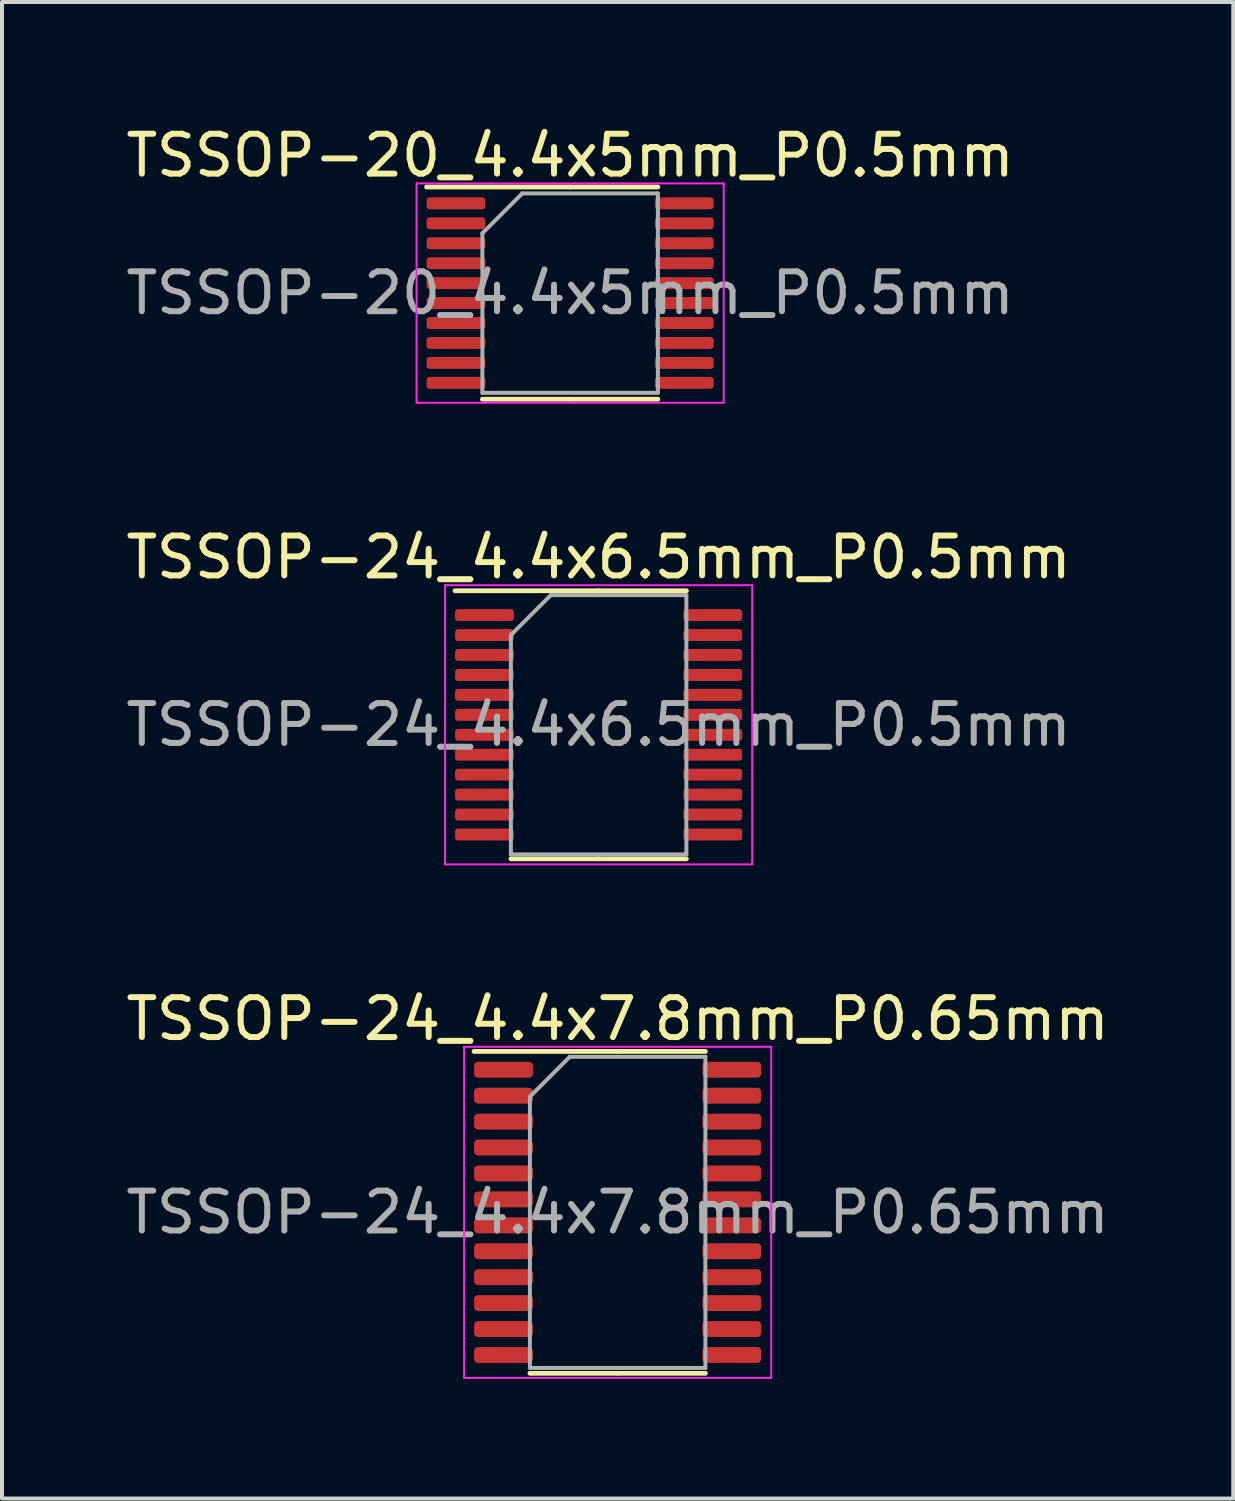
<source format=kicad_pcb>
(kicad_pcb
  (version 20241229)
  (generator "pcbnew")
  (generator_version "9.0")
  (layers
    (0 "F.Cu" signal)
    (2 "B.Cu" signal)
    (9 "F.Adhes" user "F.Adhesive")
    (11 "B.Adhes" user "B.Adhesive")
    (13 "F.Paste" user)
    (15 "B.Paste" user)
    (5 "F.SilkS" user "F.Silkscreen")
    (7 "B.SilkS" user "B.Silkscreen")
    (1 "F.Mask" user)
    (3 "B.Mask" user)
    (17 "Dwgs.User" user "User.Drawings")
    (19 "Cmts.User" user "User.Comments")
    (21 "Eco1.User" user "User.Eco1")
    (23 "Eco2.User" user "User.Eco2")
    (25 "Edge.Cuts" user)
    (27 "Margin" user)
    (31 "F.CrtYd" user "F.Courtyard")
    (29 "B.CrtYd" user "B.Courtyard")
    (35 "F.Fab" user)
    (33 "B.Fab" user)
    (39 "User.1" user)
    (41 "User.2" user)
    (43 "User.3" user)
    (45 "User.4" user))
  (footprint "TSSOP-20_4.4x5mm_P0.5mm"
    (layer "F.Cu")
    (at 11.244 4.298)
    (property "Reference" "TSSOP-20_4.4x5mm_P0.5mm" (at 0 -3.45 0) (layer "F.SilkS") (effects (font (size 1 1) (thickness 0.15))))
    (attr smd)
    (fp_line (start 0 -2.66) (end -3.6 -2.66) (stroke (width 0.12) (type solid)) (layer "F.SilkS"))
    (fp_line (start 0 -2.66) (end 2.2 -2.66) (stroke (width 0.12) (type solid)) (layer "F.SilkS"))
    (fp_line (start 0 2.66) (end -2.2 2.66) (stroke (width 0.12) (type solid)) (layer "F.SilkS"))
    (fp_line (start 0 2.66) (end 2.2 2.66) (stroke (width 0.12) (type solid)) (layer "F.SilkS"))
    (fp_line (start -3.85 -2.75) (end -3.85 2.75) (stroke (width 0.05) (type solid)) (layer "F.CrtYd"))
    (fp_line (start -3.85 2.75) (end 3.85 2.75) (stroke (width 0.05) (type solid)) (layer "F.CrtYd"))
    (fp_line (start 3.85 -2.75) (end -3.85 -2.75) (stroke (width 0.05) (type solid)) (layer "F.CrtYd"))
    (fp_line (start 3.85 2.75) (end 3.85 -2.75) (stroke (width 0.05) (type solid)) (layer "F.CrtYd"))
    (fp_line (start -2.2 -1.5) (end -1.2 -2.5) (stroke (width 0.1) (type solid)) (layer "F.Fab"))
    (fp_line (start -2.2 2.5) (end -2.2 -1.5) (stroke (width 0.1) (type solid)) (layer "F.Fab"))
    (fp_line (start -1.2 -2.5) (end 2.2 -2.5) (stroke (width 0.1) (type solid)) (layer "F.Fab"))
    (fp_line (start 2.2 -2.5) (end 2.2 2.5) (stroke (width 0.1) (type solid)) (layer "F.Fab"))
    (fp_line (start 2.2 2.5) (end -2.2 2.5) (stroke (width 0.1) (type solid)) (layer "F.Fab"))
    (fp_text user "${REFERENCE}" (at 0 0 0) (layer "F.Fab") (effects (font (size 1 1) (thickness 0.15))))
    (pad "1" smd roundrect (at -2.862 -2.25) (size 1.475 0.3) (layers "F.Cu" "F.Mask" "F.Paste") (roundrect_rratio 0.25))
    (pad "2" smd roundrect (at -2.862 -1.75) (size 1.475 0.3) (layers "F.Cu" "F.Mask" "F.Paste") (roundrect_rratio 0.25))
    (pad "3" smd roundrect (at -2.862 -1.25) (size 1.475 0.3) (layers "F.Cu" "F.Mask" "F.Paste") (roundrect_rratio 0.25))
    (pad "4" smd roundrect (at -2.862 -0.75) (size 1.475 0.3) (layers "F.Cu" "F.Mask" "F.Paste") (roundrect_rratio 0.25))
    (pad "5" smd roundrect (at -2.862 -0.25) (size 1.475 0.3) (layers "F.Cu" "F.Mask" "F.Paste") (roundrect_rratio 0.25))
    (pad "6" smd roundrect (at -2.862 0.25) (size 1.475 0.3) (layers "F.Cu" "F.Mask" "F.Paste") (roundrect_rratio 0.25))
    (pad "7" smd roundrect (at -2.862 0.75) (size 1.475 0.3) (layers "F.Cu" "F.Mask" "F.Paste") (roundrect_rratio 0.25))
    (pad "8" smd roundrect (at -2.862 1.25) (size 1.475 0.3) (layers "F.Cu" "F.Mask" "F.Paste") (roundrect_rratio 0.25))
    (pad "9" smd roundrect (at -2.862 1.75) (size 1.475 0.3) (layers "F.Cu" "F.Mask" "F.Paste") (roundrect_rratio 0.25))
    (pad "10" smd roundrect (at -2.862 2.25) (size 1.475 0.3) (layers "F.Cu" "F.Mask" "F.Paste") (roundrect_rratio 0.25))
    (pad "11" smd roundrect (at 2.862 2.25) (size 1.475 0.3) (layers "F.Cu" "F.Mask" "F.Paste") (roundrect_rratio 0.25))
    (pad "12" smd roundrect (at 2.862 1.75) (size 1.475 0.3) (layers "F.Cu" "F.Mask" "F.Paste") (roundrect_rratio 0.25))
    (pad "13" smd roundrect (at 2.862 1.25) (size 1.475 0.3) (layers "F.Cu" "F.Mask" "F.Paste") (roundrect_rratio 0.25))
    (pad "14" smd roundrect (at 2.862 0.75) (size 1.475 0.3) (layers "F.Cu" "F.Mask" "F.Paste") (roundrect_rratio 0.25))
    (pad "15" smd roundrect (at 2.862 0.25) (size 1.475 0.3) (layers "F.Cu" "F.Mask" "F.Paste") (roundrect_rratio 0.25))
    (pad "16" smd roundrect (at 2.862 -0.25) (size 1.475 0.3) (layers "F.Cu" "F.Mask" "F.Paste") (roundrect_rratio 0.25))
    (pad "17" smd roundrect (at 2.862 -0.75) (size 1.475 0.3) (layers "F.Cu" "F.Mask" "F.Paste") (roundrect_rratio 0.25))
    (pad "18" smd roundrect (at 2.862 -1.25) (size 1.475 0.3) (layers "F.Cu" "F.Mask" "F.Paste") (roundrect_rratio 0.25))
    (pad "19" smd roundrect (at 2.862 -1.75) (size 1.475 0.3) (layers "F.Cu" "F.Mask" "F.Paste") (roundrect_rratio 0.25))
    (pad "20" smd roundrect (at 2.862 -2.25) (size 1.475 0.3) (layers "F.Cu" "F.Mask" "F.Paste") (roundrect_rratio 0.25)))
  (footprint "TSSOP-24_4.4x7.8mm_P0.65mm"
    (layer "F.Cu")
    (at 12.435 27.345)
    (property "Reference" "TSSOP-24_4.4x7.8mm_P0.65mm" (at 0 -4.85 0) (layer "F.SilkS") (effects (font (size 1 1) (thickness 0.15))))
    (attr smd)
    (fp_line (start 0 -4.035) (end -3.6 -4.035) (stroke (width 0.12) (type solid)) (layer "F.SilkS"))
    (fp_line (start 0 -4.035) (end 2.2 -4.035) (stroke (width 0.12) (type solid)) (layer "F.SilkS"))
    (fp_line (start 0 4.035) (end -2.2 4.035) (stroke (width 0.12) (type solid)) (layer "F.SilkS"))
    (fp_line (start 0 4.035) (end 2.2 4.035) (stroke (width 0.12) (type solid)) (layer "F.SilkS"))
    (fp_line (start -3.85 -4.15) (end -3.85 4.15) (stroke (width 0.05) (type solid)) (layer "F.CrtYd"))
    (fp_line (start -3.85 4.15) (end 3.85 4.15) (stroke (width 0.05) (type solid)) (layer "F.CrtYd"))
    (fp_line (start 3.85 -4.15) (end -3.85 -4.15) (stroke (width 0.05) (type solid)) (layer "F.CrtYd"))
    (fp_line (start 3.85 4.15) (end 3.85 -4.15) (stroke (width 0.05) (type solid)) (layer "F.CrtYd"))
    (fp_line (start -2.2 -2.9) (end -1.2 -3.9) (stroke (width 0.1) (type solid)) (layer "F.Fab"))
    (fp_line (start -2.2 3.9) (end -2.2 -2.9) (stroke (width 0.1) (type solid)) (layer "F.Fab"))
    (fp_line (start -1.2 -3.9) (end 2.2 -3.9) (stroke (width 0.1) (type solid)) (layer "F.Fab"))
    (fp_line (start 2.2 -3.9) (end 2.2 3.9) (stroke (width 0.1) (type solid)) (layer "F.Fab"))
    (fp_line (start 2.2 3.9) (end -2.2 3.9) (stroke (width 0.1) (type solid)) (layer "F.Fab"))
    (fp_text user "${REFERENCE}" (at 0 0 0) (layer "F.Fab") (effects (font (size 1 1) (thickness 0.15))))
    (pad "1" smd roundrect (at -2.862 -3.575) (size 1.475 0.4) (layers "F.Cu" "F.Mask" "F.Paste") (roundrect_rratio 0.25))
    (pad "2" smd roundrect (at -2.862 -2.925) (size 1.475 0.4) (layers "F.Cu" "F.Mask" "F.Paste") (roundrect_rratio 0.25))
    (pad "3" smd roundrect (at -2.862 -2.275) (size 1.475 0.4) (layers "F.Cu" "F.Mask" "F.Paste") (roundrect_rratio 0.25))
    (pad "4" smd roundrect (at -2.862 -1.625) (size 1.475 0.4) (layers "F.Cu" "F.Mask" "F.Paste") (roundrect_rratio 0.25))
    (pad "5" smd roundrect (at -2.862 -0.975) (size 1.475 0.4) (layers "F.Cu" "F.Mask" "F.Paste") (roundrect_rratio 0.25))
    (pad "6" smd roundrect (at -2.862 -0.325) (size 1.475 0.4) (layers "F.Cu" "F.Mask" "F.Paste") (roundrect_rratio 0.25))
    (pad "7" smd roundrect (at -2.862 0.325) (size 1.475 0.4) (layers "F.Cu" "F.Mask" "F.Paste") (roundrect_rratio 0.25))
    (pad "8" smd roundrect (at -2.862 0.975) (size 1.475 0.4) (layers "F.Cu" "F.Mask" "F.Paste") (roundrect_rratio 0.25))
    (pad "9" smd roundrect (at -2.862 1.625) (size 1.475 0.4) (layers "F.Cu" "F.Mask" "F.Paste") (roundrect_rratio 0.25))
    (pad "10" smd roundrect (at -2.862 2.275) (size 1.475 0.4) (layers "F.Cu" "F.Mask" "F.Paste") (roundrect_rratio 0.25))
    (pad "11" smd roundrect (at -2.862 2.925) (size 1.475 0.4) (layers "F.Cu" "F.Mask" "F.Paste") (roundrect_rratio 0.25))
    (pad "12" smd roundrect (at -2.862 3.575) (size 1.475 0.4) (layers "F.Cu" "F.Mask" "F.Paste") (roundrect_rratio 0.25))
    (pad "13" smd roundrect (at 2.862 3.575) (size 1.475 0.4) (layers "F.Cu" "F.Mask" "F.Paste") (roundrect_rratio 0.25))
    (pad "14" smd roundrect (at 2.862 2.925) (size 1.475 0.4) (layers "F.Cu" "F.Mask" "F.Paste") (roundrect_rratio 0.25))
    (pad "15" smd roundrect (at 2.862 2.275) (size 1.475 0.4) (layers "F.Cu" "F.Mask" "F.Paste") (roundrect_rratio 0.25))
    (pad "16" smd roundrect (at 2.862 1.625) (size 1.475 0.4) (layers "F.Cu" "F.Mask" "F.Paste") (roundrect_rratio 0.25))
    (pad "17" smd roundrect (at 2.862 0.975) (size 1.475 0.4) (layers "F.Cu" "F.Mask" "F.Paste") (roundrect_rratio 0.25))
    (pad "18" smd roundrect (at 2.862 0.325) (size 1.475 0.4) (layers "F.Cu" "F.Mask" "F.Paste") (roundrect_rratio 0.25))
    (pad "19" smd roundrect (at 2.862 -0.325) (size 1.475 0.4) (layers "F.Cu" "F.Mask" "F.Paste") (roundrect_rratio 0.25))
    (pad "20" smd roundrect (at 2.862 -0.975) (size 1.475 0.4) (layers "F.Cu" "F.Mask" "F.Paste") (roundrect_rratio 0.25))
    (pad "21" smd roundrect (at 2.862 -1.625) (size 1.475 0.4) (layers "F.Cu" "F.Mask" "F.Paste") (roundrect_rratio 0.25))
    (pad "22" smd roundrect (at 2.862 -2.275) (size 1.475 0.4) (layers "F.Cu" "F.Mask" "F.Paste") (roundrect_rratio 0.25))
    (pad "23" smd roundrect (at 2.862 -2.925) (size 1.475 0.4) (layers "F.Cu" "F.Mask" "F.Paste") (roundrect_rratio 0.25))
    (pad "24" smd roundrect (at 2.862 -3.575) (size 1.475 0.4) (layers "F.Cu" "F.Mask" "F.Paste") (roundrect_rratio 0.25)))
  (footprint "TSSOP-24_4.4x6.5mm_P0.5mm"
    (layer "F.Cu")
    (at 11.958 15.121)
    (property "Reference" "TSSOP-24_4.4x6.5mm_P0.5mm" (at 0 -4.2 0) (layer "F.SilkS") (effects (font (size 1 1) (thickness 0.15))))
    (attr smd)
    (fp_line (start 0 -3.36) (end -3.6 -3.36) (stroke (width 0.12) (type solid)) (layer "F.SilkS"))
    (fp_line (start 0 -3.36) (end 2.2 -3.36) (stroke (width 0.12) (type solid)) (layer "F.SilkS"))
    (fp_line (start 0 3.36) (end -2.2 3.36) (stroke (width 0.12) (type solid)) (layer "F.SilkS"))
    (fp_line (start 0 3.36) (end 2.2 3.36) (stroke (width 0.12) (type solid)) (layer "F.SilkS"))
    (fp_line (start -3.85 -3.5) (end -3.85 3.5) (stroke (width 0.05) (type solid)) (layer "F.CrtYd"))
    (fp_line (start -3.85 3.5) (end 3.85 3.5) (stroke (width 0.05) (type solid)) (layer "F.CrtYd"))
    (fp_line (start 3.85 -3.5) (end -3.85 -3.5) (stroke (width 0.05) (type solid)) (layer "F.CrtYd"))
    (fp_line (start 3.85 3.5) (end 3.85 -3.5) (stroke (width 0.05) (type solid)) (layer "F.CrtYd"))
    (fp_line (start -2.2 -2.25) (end -1.2 -3.25) (stroke (width 0.1) (type solid)) (layer "F.Fab"))
    (fp_line (start -2.2 3.25) (end -2.2 -2.25) (stroke (width 0.1) (type solid)) (layer "F.Fab"))
    (fp_line (start -1.2 -3.25) (end 2.2 -3.25) (stroke (width 0.1) (type solid)) (layer "F.Fab"))
    (fp_line (start 2.2 -3.25) (end 2.2 3.25) (stroke (width 0.1) (type solid)) (layer "F.Fab"))
    (fp_line (start 2.2 3.25) (end -2.2 3.25) (stroke (width 0.1) (type solid)) (layer "F.Fab"))
    (fp_text user "${REFERENCE}" (at 0 0 0) (layer "F.Fab") (effects (font (size 1 1) (thickness 0.15))))
    (pad "1" smd roundrect (at -2.862 -2.75) (size 1.475 0.3) (layers "F.Cu" "F.Mask" "F.Paste") (roundrect_rratio 0.25))
    (pad "2" smd roundrect (at -2.862 -2.25) (size 1.475 0.3) (layers "F.Cu" "F.Mask" "F.Paste") (roundrect_rratio 0.25))
    (pad "3" smd roundrect (at -2.862 -1.75) (size 1.475 0.3) (layers "F.Cu" "F.Mask" "F.Paste") (roundrect_rratio 0.25))
    (pad "4" smd roundrect (at -2.862 -1.25) (size 1.475 0.3) (layers "F.Cu" "F.Mask" "F.Paste") (roundrect_rratio 0.25))
    (pad "5" smd roundrect (at -2.862 -0.75) (size 1.475 0.3) (layers "F.Cu" "F.Mask" "F.Paste") (roundrect_rratio 0.25))
    (pad "6" smd roundrect (at -2.862 -0.25) (size 1.475 0.3) (layers "F.Cu" "F.Mask" "F.Paste") (roundrect_rratio 0.25))
    (pad "7" smd roundrect (at -2.862 0.25) (size 1.475 0.3) (layers "F.Cu" "F.Mask" "F.Paste") (roundrect_rratio 0.25))
    (pad "8" smd roundrect (at -2.862 0.75) (size 1.475 0.3) (layers "F.Cu" "F.Mask" "F.Paste") (roundrect_rratio 0.25))
    (pad "9" smd roundrect (at -2.862 1.25) (size 1.475 0.3) (layers "F.Cu" "F.Mask" "F.Paste") (roundrect_rratio 0.25))
    (pad "10" smd roundrect (at -2.862 1.75) (size 1.475 0.3) (layers "F.Cu" "F.Mask" "F.Paste") (roundrect_rratio 0.25))
    (pad "11" smd roundrect (at -2.862 2.25) (size 1.475 0.3) (layers "F.Cu" "F.Mask" "F.Paste") (roundrect_rratio 0.25))
    (pad "12" smd roundrect (at -2.862 2.75) (size 1.475 0.3) (layers "F.Cu" "F.Mask" "F.Paste") (roundrect_rratio 0.25))
    (pad "13" smd roundrect (at 2.862 2.75) (size 1.475 0.3) (layers "F.Cu" "F.Mask" "F.Paste") (roundrect_rratio 0.25))
    (pad "14" smd roundrect (at 2.862 2.25) (size 1.475 0.3) (layers "F.Cu" "F.Mask" "F.Paste") (roundrect_rratio 0.25))
    (pad "15" smd roundrect (at 2.862 1.75) (size 1.475 0.3) (layers "F.Cu" "F.Mask" "F.Paste") (roundrect_rratio 0.25))
    (pad "16" smd roundrect (at 2.862 1.25) (size 1.475 0.3) (layers "F.Cu" "F.Mask" "F.Paste") (roundrect_rratio 0.25))
    (pad "17" smd roundrect (at 2.862 0.75) (size 1.475 0.3) (layers "F.Cu" "F.Mask" "F.Paste") (roundrect_rratio 0.25))
    (pad "18" smd roundrect (at 2.862 0.25) (size 1.475 0.3) (layers "F.Cu" "F.Mask" "F.Paste") (roundrect_rratio 0.25))
    (pad "19" smd roundrect (at 2.862 -0.25) (size 1.475 0.3) (layers "F.Cu" "F.Mask" "F.Paste") (roundrect_rratio 0.25))
    (pad "20" smd roundrect (at 2.862 -0.75) (size 1.475 0.3) (layers "F.Cu" "F.Mask" "F.Paste") (roundrect_rratio 0.25))
    (pad "21" smd roundrect (at 2.862 -1.25) (size 1.475 0.3) (layers "F.Cu" "F.Mask" "F.Paste") (roundrect_rratio 0.25))
    (pad "22" smd roundrect (at 2.862 -1.75) (size 1.475 0.3) (layers "F.Cu" "F.Mask" "F.Paste") (roundrect_rratio 0.25))
    (pad "23" smd roundrect (at 2.862 -2.25) (size 1.475 0.3) (layers "F.Cu" "F.Mask" "F.Paste") (roundrect_rratio 0.25))
    (pad "24" smd roundrect (at 2.862 -2.75) (size 1.475 0.3) (layers "F.Cu" "F.Mask" "F.Paste") (roundrect_rratio 0.25)))
  (gr_rect
    (start -3 -3)
    (end 27.869 34.52)
    (stroke (width 0.1) (type default))
    (fill no)
    (layer "Edge.Cuts")))
</source>
